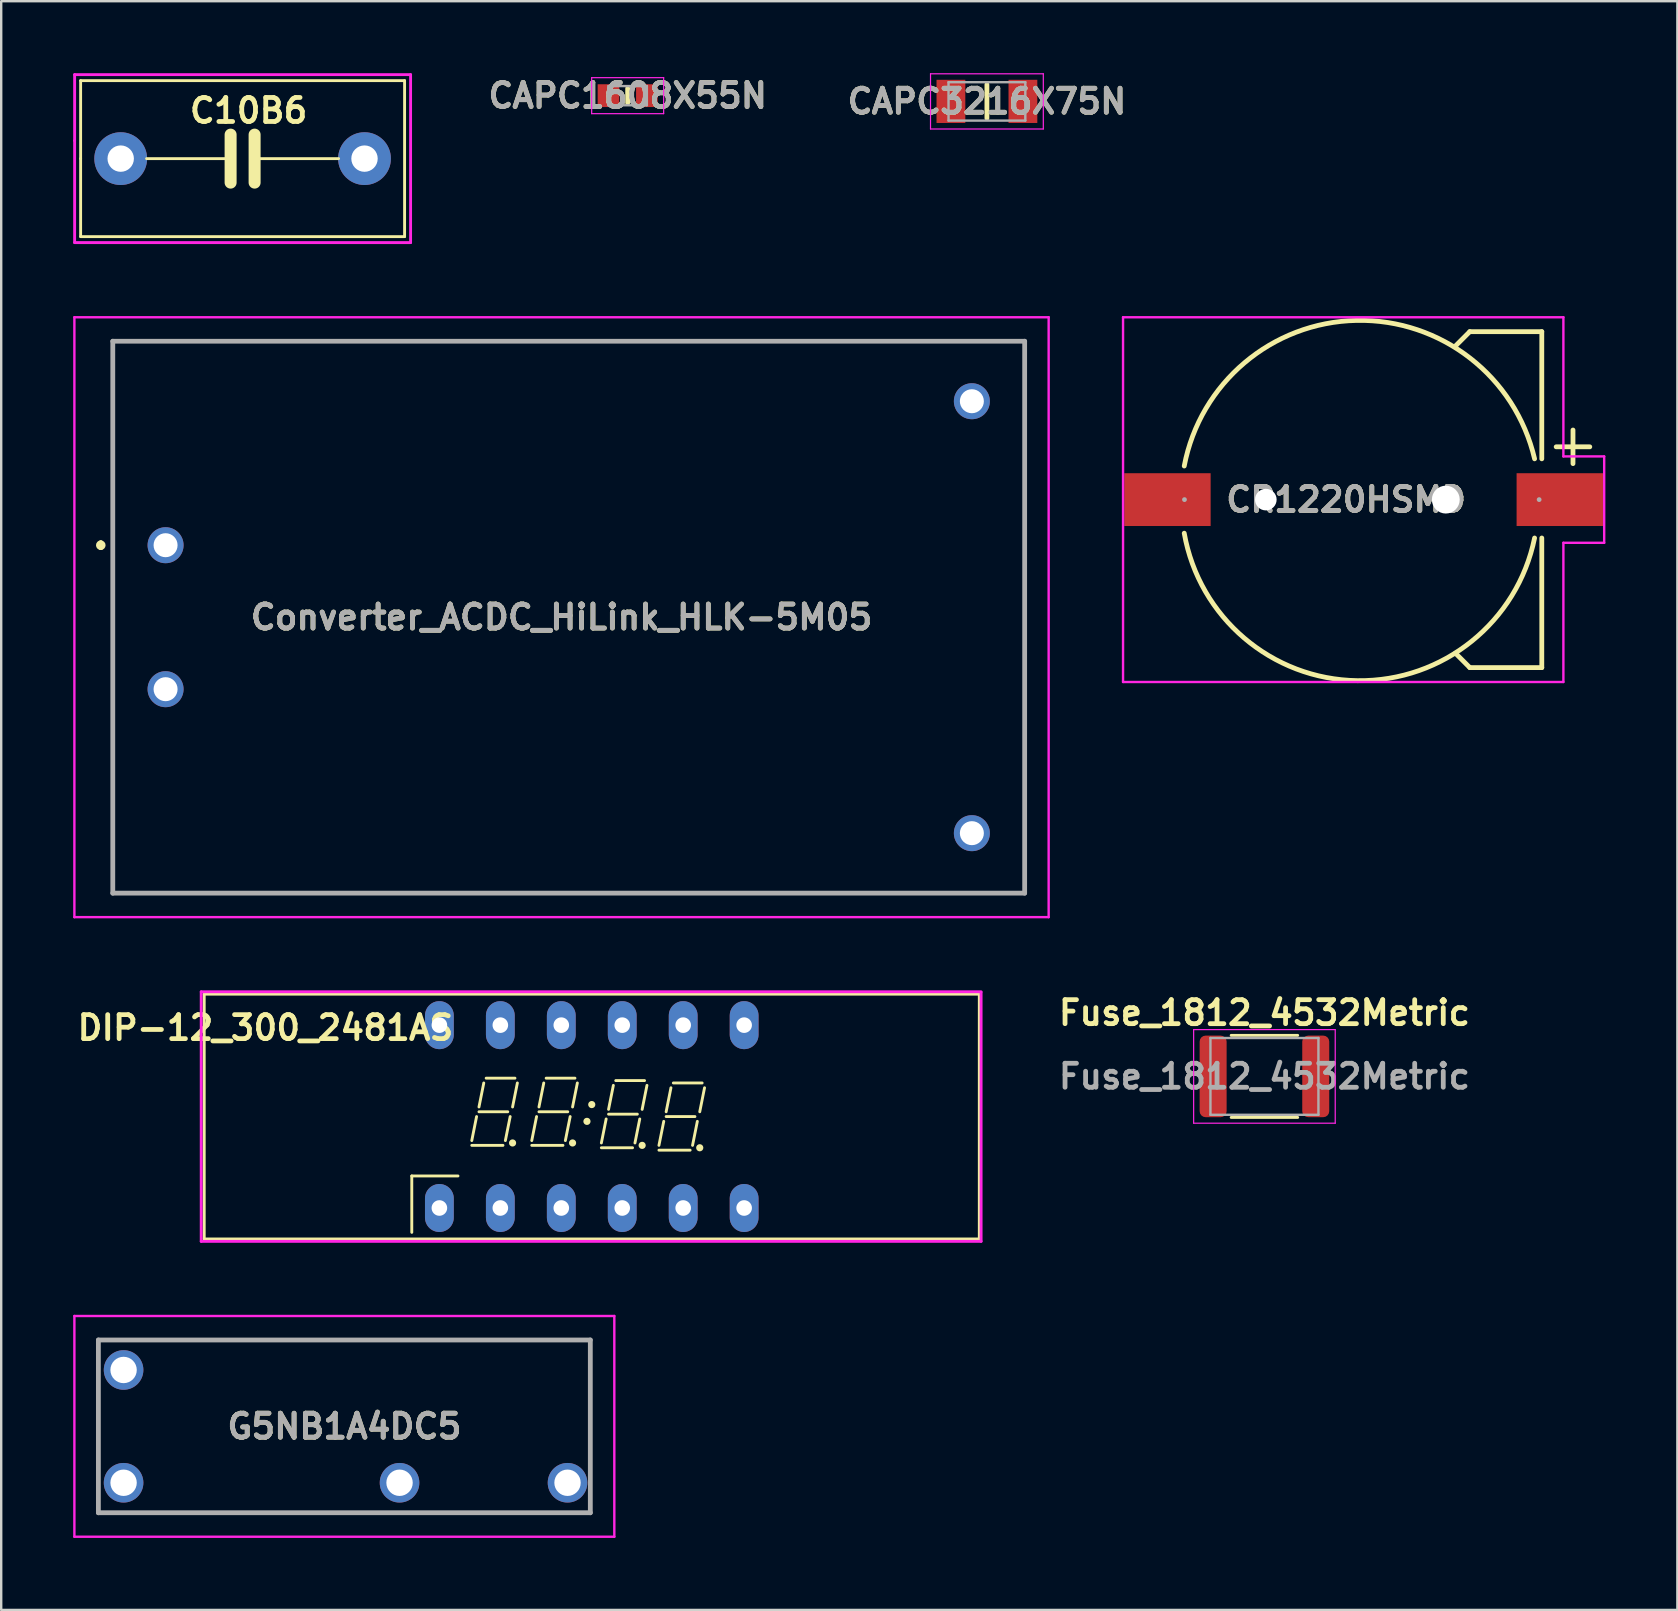
<source format=kicad_pcb>
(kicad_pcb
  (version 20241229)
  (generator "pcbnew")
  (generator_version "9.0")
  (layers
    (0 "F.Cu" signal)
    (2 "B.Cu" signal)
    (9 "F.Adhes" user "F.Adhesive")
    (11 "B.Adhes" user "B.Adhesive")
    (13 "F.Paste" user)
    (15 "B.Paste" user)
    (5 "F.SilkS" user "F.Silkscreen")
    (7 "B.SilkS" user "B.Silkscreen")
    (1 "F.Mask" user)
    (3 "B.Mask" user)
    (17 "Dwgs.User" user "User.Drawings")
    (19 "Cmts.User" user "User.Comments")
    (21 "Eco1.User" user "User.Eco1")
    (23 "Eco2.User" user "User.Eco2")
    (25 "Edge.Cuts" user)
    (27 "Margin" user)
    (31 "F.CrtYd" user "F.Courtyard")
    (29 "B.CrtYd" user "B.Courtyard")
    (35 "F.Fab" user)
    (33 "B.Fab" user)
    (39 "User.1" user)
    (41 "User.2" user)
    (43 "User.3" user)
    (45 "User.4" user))
  (footprint "C10B6"
    (layer "F.Cu")
    (at 7.06 3.56)
    (property "Reference" "C10B6" (at 0.25 -2 0) (layer "F.SilkS") (effects (font (size 1 1) (thickness 0.2))))
    (attr through_hole)
    (fp_line (start -6.75 -3.25) (end -6.75 0) (stroke (width 0.12) (type solid)) (layer "F.SilkS"))
    (fp_line (start -6.75 0) (end -6.75 3.25) (stroke (width 0.12) (type solid)) (layer "F.SilkS"))
    (fp_line (start -6.75 3.25) (end 6.75 3.25) (stroke (width 0.12) (type solid)) (layer "F.SilkS"))
    (fp_line (start -4 0) (end -0.5 0) (stroke (width 0.12) (type solid)) (layer "F.SilkS"))
    (fp_line (start -0.5 -1) (end -0.5 1) (stroke (width 0.5) (type solid)) (layer "F.SilkS"))
    (fp_line (start 0.5 -1) (end 0.5 1) (stroke (width 0.5) (type solid)) (layer "F.SilkS"))
    (fp_line (start 0.5 0) (end 4 0) (stroke (width 0.12) (type solid)) (layer "F.SilkS"))
    (fp_line (start 6.75 -3.25) (end -6.75 -3.25) (stroke (width 0.12) (type solid)) (layer "F.SilkS"))
    (fp_line (start 6.75 3.25) (end 6.75 -3.25) (stroke (width 0.12) (type solid)) (layer "F.SilkS"))
    (fp_line (start -7 -3.5) (end -7 -0.75) (stroke (width 0.12) (type solid)) (layer "F.CrtYd"))
    (fp_line (start -7 -0.75) (end -7 3.5) (stroke (width 0.12) (type solid)) (layer "F.CrtYd"))
    (fp_line (start -7 3.5) (end 7 3.5) (stroke (width 0.12) (type solid)) (layer "F.CrtYd"))
    (fp_line (start 7 -3.5) (end -7 -3.5) (stroke (width 0.12) (type solid)) (layer "F.CrtYd"))
    (fp_line (start 7 3.5) (end 7 -3.5) (stroke (width 0.12) (type solid)) (layer "F.CrtYd"))
    (pad "1" thru_hole circle (at -5.08 0) (size 2.2 2.2) (drill 1.1) (layers "*.Cu" "*.Mask"))
    (pad "2" thru_hole circle (at 5.08 0) (size 2.2 2.2) (drill 1.1) (layers "*.Cu" "*.Mask")))
  (footprint "DIP-12_300_2481AS"
    (layer "F.Cu")
    (at 21.61 43.48)
    (property "Reference" "DIP-12_300_2481AS" (at -13.6 -3.7 0) (layer "F.SilkS") (effects (font (size 1 1) (thickness 0.2))))
    (attr through_hole)
    (fp_line (start -16.15 -5.1) (end 16.15 -5.1) (stroke (width 0.12) (type solid)) (layer "F.SilkS"))
    (fp_line (start -16.15 5.1) (end -16.15 -5.1) (stroke (width 0.12) (type solid)) (layer "F.SilkS"))
    (fp_line (start -7.5 2.475) (end -7.5 4.825) (stroke (width 0.12) (type solid)) (layer "F.SilkS"))
    (fp_line (start -7.5 2.475) (end -5.575 2.475) (stroke (width 0.12) (type solid)) (layer "F.SilkS"))
    (fp_line (start -5 1.2) (end -3.7 1.2) (stroke (width 0.12) (type solid)) (layer "F.SilkS"))
    (fp_line (start -4.8 0) (end -5 1) (stroke (width 0.12) (type solid)) (layer "F.SilkS"))
    (fp_line (start -4.7 -0.2) (end -3.5 -0.2) (stroke (width 0.12) (type solid)) (layer "F.SilkS"))
    (fp_line (start -4.5 -1.4) (end -4.7 -0.4) (stroke (width 0.12) (type solid)) (layer "F.SilkS"))
    (fp_line (start -4.4 -1.6) (end -3.2 -1.6) (stroke (width 0.12) (type solid)) (layer "F.SilkS"))
    (fp_line (start -3.4 0) (end -3.6 1) (stroke (width 0.12) (type solid)) (layer "F.SilkS"))
    (fp_line (start -3.3 1.1) (end -3.3 1.1) (stroke (width 0.3) (type solid)) (layer "F.SilkS"))
    (fp_line (start -3.1 -1.4) (end -3.3 -0.4) (stroke (width 0.12) (type solid)) (layer "F.SilkS"))
    (fp_line (start -2.5 1.2) (end -1.2 1.2) (stroke (width 0.12) (type solid)) (layer "F.SilkS"))
    (fp_line (start -2.3 0) (end -2.5 1) (stroke (width 0.12) (type solid)) (layer "F.SilkS"))
    (fp_line (start -2.2 -0.2) (end -1 -0.2) (stroke (width 0.12) (type solid)) (layer "F.SilkS"))
    (fp_line (start -2 -1.4) (end -2.2 -0.4) (stroke (width 0.12) (type solid)) (layer "F.SilkS"))
    (fp_line (start -1.9 -1.6) (end -0.7 -1.6) (stroke (width 0.12) (type solid)) (layer "F.SilkS"))
    (fp_line (start -0.9 0) (end -1.1 1) (stroke (width 0.12) (type solid)) (layer "F.SilkS"))
    (fp_line (start -0.8 1.1) (end -0.8 1.1) (stroke (width 0.3) (type solid)) (layer "F.SilkS"))
    (fp_line (start -0.6 -1.4) (end -0.8 -0.4) (stroke (width 0.12) (type solid)) (layer "F.SilkS"))
    (fp_line (start -0.2 0.2) (end -0.2 0.2) (stroke (width 0.3) (type solid)) (layer "F.SilkS"))
    (fp_line (start 0 -0.5) (end 0 -0.5) (stroke (width 0.3) (type solid)) (layer "F.SilkS"))
    (fp_line (start 0.4 1.3) (end 1.7 1.3) (stroke (width 0.12) (type solid)) (layer "F.SilkS"))
    (fp_line (start 0.6 0.1) (end 0.4 1.1) (stroke (width 0.12) (type solid)) (layer "F.SilkS"))
    (fp_line (start 0.7 -0.1) (end 1.9 -0.1) (stroke (width 0.12) (type solid)) (layer "F.SilkS"))
    (fp_line (start 0.9 -1.3) (end 0.7 -0.3) (stroke (width 0.12) (type solid)) (layer "F.SilkS"))
    (fp_line (start 1 -1.5) (end 2.2 -1.5) (stroke (width 0.12) (type solid)) (layer "F.SilkS"))
    (fp_line (start 2 0.1) (end 1.8 1.1) (stroke (width 0.12) (type solid)) (layer "F.SilkS"))
    (fp_line (start 2.1 1.2) (end 2.1 1.2) (stroke (width 0.3) (type solid)) (layer "F.SilkS"))
    (fp_line (start 2.3 -1.3) (end 2.1 -0.3) (stroke (width 0.12) (type solid)) (layer "F.SilkS"))
    (fp_line (start 2.8 1.4) (end 4.1 1.4) (stroke (width 0.12) (type solid)) (layer "F.SilkS"))
    (fp_line (start 3 0.2) (end 2.8 1.2) (stroke (width 0.12) (type solid)) (layer "F.SilkS"))
    (fp_line (start 3.1 0) (end 4.3 0) (stroke (width 0.12) (type solid)) (layer "F.SilkS"))
    (fp_line (start 3.3 -1.2) (end 3.1 -0.2) (stroke (width 0.12) (type solid)) (layer "F.SilkS"))
    (fp_line (start 3.4 -1.4) (end 4.6 -1.4) (stroke (width 0.12) (type solid)) (layer "F.SilkS"))
    (fp_line (start 4.4 0.2) (end 4.2 1.2) (stroke (width 0.12) (type solid)) (layer "F.SilkS"))
    (fp_line (start 4.5 1.3) (end 4.5 1.3) (stroke (width 0.3) (type solid)) (layer "F.SilkS"))
    (fp_line (start 4.7 -1.2) (end 4.5 -0.2) (stroke (width 0.12) (type solid)) (layer "F.SilkS"))
    (fp_line (start 16.15 -5.1) (end 16.15 5.1) (stroke (width 0.12) (type solid)) (layer "F.SilkS"))
    (fp_line (start 16.15 5.1) (end -16.15 5.1) (stroke (width 0.12) (type solid)) (layer "F.SilkS"))
    (fp_line (start -16.275 -5.2) (end 16.225 -5.2) (stroke (width 0.12) (type solid)) (layer "F.CrtYd"))
    (fp_line (start -16.275 5.2) (end -16.275 -5.2) (stroke (width 0.12) (type solid)) (layer "F.CrtYd"))
    (fp_line (start 16.225 -5.175) (end 16.225 5.2) (stroke (width 0.12) (type solid)) (layer "F.CrtYd"))
    (fp_line (start 16.225 5.2) (end -16.275 5.2) (stroke (width 0.12) (type solid)) (layer "F.CrtYd"))
    (pad "1" thru_hole oval (at -6.35 3.81) (size 1.2 2) (drill 0.65) (layers "*.Cu" "*.Mask"))
    (pad "2" thru_hole oval (at -3.81 3.81) (size 1.2 2) (drill 0.65) (layers "*.Cu" "*.Mask"))
    (pad "3" thru_hole oval (at -1.27 3.81) (size 1.2 2) (drill 0.65) (layers "*.Cu" "*.Mask"))
    (pad "4" thru_hole oval (at 1.27 3.81) (size 1.2 2) (drill 0.65) (layers "*.Cu" "*.Mask"))
    (pad "5" thru_hole oval (at 3.81 3.81) (size 1.2 2) (drill 0.65) (layers "*.Cu" "*.Mask"))
    (pad "6" thru_hole oval (at 6.35 3.81) (size 1.2 2) (drill 0.65) (layers "*.Cu" "*.Mask"))
    (pad "7" thru_hole oval (at 6.35 -3.81) (size 1.2 2) (drill 0.65) (layers "*.Cu" "*.Mask"))
    (pad "8" thru_hole oval (at 3.81 -3.81) (size 1.2 2) (drill 0.65) (layers "*.Cu" "*.Mask"))
    (pad "9" thru_hole oval (at 1.27 -3.81) (size 1.2 2) (drill 0.65) (layers "*.Cu" "*.Mask"))
    (pad "10" thru_hole oval (at -1.27 -3.81) (size 1.2 2) (drill 0.65) (layers "*.Cu" "*.Mask"))
    (pad "11" thru_hole oval (at -3.81 -3.81) (size 1.2 2) (drill 0.65) (layers "*.Cu" "*.Mask"))
    (pad "12" thru_hole oval (at -6.35 -3.81) (size 1.2 2) (drill 0.65) (layers "*.Cu" "*.Mask")))
  (footprint "CAPC1608X55N"
    (layer "F.Cu")
    (at 23.106 0.936)
    (property "Reference" "CAPC1608X55N" (at 0 0 0) (layer "F.SilkS") (effects (font (size 1 1) (thickness 0.2))))
    (attr smd)
    (fp_line (start 0 -0.3) (end 0 0.3) (stroke (width 0.2) (type solid)) (layer "F.SilkS"))
    (fp_line (start -1.5 -0.75) (end 1.5 -0.75) (stroke (width 0.05) (type solid)) (layer "F.CrtYd"))
    (fp_line (start -1.5 0.75) (end -1.5 -0.75) (stroke (width 0.05) (type solid)) (layer "F.CrtYd"))
    (fp_line (start 1.5 -0.75) (end 1.5 0.75) (stroke (width 0.05) (type solid)) (layer "F.CrtYd"))
    (fp_line (start 1.5 0.75) (end -1.5 0.75) (stroke (width 0.05) (type solid)) (layer "F.CrtYd"))
    (fp_line (start -0.8 -0.4) (end 0.8 -0.4) (stroke (width 0.1) (type solid)) (layer "F.Fab"))
    (fp_line (start -0.8 0.4) (end -0.8 -0.4) (stroke (width 0.1) (type solid)) (layer "F.Fab"))
    (fp_line (start 0.8 -0.4) (end 0.8 0.4) (stroke (width 0.1) (type solid)) (layer "F.Fab"))
    (fp_line (start 0.8 0.4) (end -0.8 0.4) (stroke (width 0.1) (type solid)) (layer "F.Fab"))
    (fp_text user "${REFERENCE}" (at 0 0 0) (layer "F.Fab") (effects (font (size 1 1) (thickness 0.2))))
    (pad "1" smd rect (at -0.8 0) (size 0.9 0.95) (layers "F.Cu" "F.Mask" "F.Paste"))
    (pad "2" smd rect (at 0.8 0) (size 0.9 0.95) (layers "F.Cu" "F.Mask" "F.Paste")))
  (footprint "Fuse_1812_4532Metric"
    (layer "F.Cu")
    (at 49.642 41.806)
    (property "Reference" "Fuse_1812_4532Metric" (at 0 -2.65 0) (layer "F.SilkS") (effects (font (size 1 1) (thickness 0.2))))
    (attr smd)
    (fp_line (start -1.386 -1.71) (end 1.386 -1.71) (stroke (width 0.12) (type solid)) (layer "F.SilkS"))
    (fp_line (start -1.386 1.71) (end 1.386 1.71) (stroke (width 0.12) (type solid)) (layer "F.SilkS"))
    (fp_line (start -2.95 -1.95) (end 2.95 -1.95) (stroke (width 0.05) (type solid)) (layer "F.CrtYd"))
    (fp_line (start -2.95 1.95) (end -2.95 -1.95) (stroke (width 0.05) (type solid)) (layer "F.CrtYd"))
    (fp_line (start 2.95 -1.95) (end 2.95 1.95) (stroke (width 0.05) (type solid)) (layer "F.CrtYd"))
    (fp_line (start 2.95 1.95) (end -2.95 1.95) (stroke (width 0.05) (type solid)) (layer "F.CrtYd"))
    (fp_line (start -2.25 -1.6) (end 2.25 -1.6) (stroke (width 0.1) (type solid)) (layer "F.Fab"))
    (fp_line (start -2.25 1.6) (end -2.25 -1.6) (stroke (width 0.1) (type solid)) (layer "F.Fab"))
    (fp_line (start 2.25 -1.6) (end 2.25 1.6) (stroke (width 0.1) (type solid)) (layer "F.Fab"))
    (fp_line (start 2.25 1.6) (end -2.25 1.6) (stroke (width 0.1) (type solid)) (layer "F.Fab"))
    (fp_text user "${REFERENCE}" (at 0 0 0) (layer "F.Fab") (effects (font (size 1 1) (thickness 0.2))))
    (pad "1" smd roundrect (at -2.138 0) (size 1.125 3.4) (layers "F.Cu" "F.Mask" "F.Paste") (roundrect_rratio 0.222))
    (pad "2" smd roundrect (at 2.138 0) (size 1.125 3.4) (layers "F.Cu" "F.Mask" "F.Paste") (roundrect_rratio 0.222)))
  (footprint "G5NB1A4DC5"
    (layer "F.Cu")
    (at 11.3 56.39)
    (property "Reference" "G5NB1A4DC5" (at 0 0 0) (layer "F.SilkS") (effects (font (size 1 1) (thickness 0.2))))
    (attr through_hole)
    (fp_line (start -10.25 -3.6) (end 10.25 -3.6) (stroke (width 0.1) (type solid)) (layer "F.SilkS"))
    (fp_line (start -10.25 3.6) (end -10.25 -3.6) (stroke (width 0.1) (type solid)) (layer "F.SilkS"))
    (fp_line (start 10.25 -3.6) (end 10.25 3.6) (stroke (width 0.1) (type solid)) (layer "F.SilkS"))
    (fp_line (start 10.25 3.6) (end -10.25 3.6) (stroke (width 0.1) (type solid)) (layer "F.SilkS"))
    (fp_line (start -11.25 -4.6) (end 11.25 -4.6) (stroke (width 0.1) (type solid)) (layer "F.CrtYd"))
    (fp_line (start -11.25 4.6) (end -11.25 -4.6) (stroke (width 0.1) (type solid)) (layer "F.CrtYd"))
    (fp_line (start 11.25 -4.6) (end 11.25 4.6) (stroke (width 0.1) (type solid)) (layer "F.CrtYd"))
    (fp_line (start 11.25 4.6) (end -11.25 4.6) (stroke (width 0.1) (type solid)) (layer "F.CrtYd"))
    (fp_line (start -10.25 -3.6) (end 10.25 -3.6) (stroke (width 0.2) (type solid)) (layer "F.Fab"))
    (fp_line (start -10.25 3.6) (end -10.25 -3.6) (stroke (width 0.2) (type solid)) (layer "F.Fab"))
    (fp_line (start 10.25 -3.6) (end 10.25 3.6) (stroke (width 0.2) (type solid)) (layer "F.Fab"))
    (fp_line (start 10.25 3.6) (end -10.25 3.6) (stroke (width 0.2) (type solid)) (layer "F.Fab"))
    (fp_text user "${REFERENCE}" (at 0 0 0) (layer "F.Fab") (effects (font (size 1 1) (thickness 0.2))))
    (pad "1" thru_hole circle (at -9.2 2.35) (size 1.65 1.65) (drill 1.1) (layers "*.Cu" "*.Mask"))
    (pad "2" thru_hole circle (at 2.3 2.35) (size 1.65 1.65) (drill 1.1) (layers "*.Cu" "*.Mask"))
    (pad "3" thru_hole circle (at 9.3 2.35) (size 1.65 1.65) (drill 1.1) (layers "*.Cu" "*.Mask"))
    (pad "4" thru_hole circle (at -9.2 -2.35) (size 1.65 1.65) (drill 1.1) (layers "*.Cu" "*.Mask")))
  (footprint "CR1220HSMD"
    (layer "F.Cu")
    (at 53.7 17.77)
    (property "Reference" "CR1220HSMD" (at -0.655 0 0) (layer "F.SilkS") (effects (font (size 1 1) (thickness 0.2))))
    (attr smd)
    (fp_line (start 3.9 6.4) (end 4.5 7) (stroke (width 0.2) (type solid)) (layer "F.SilkS"))
    (fp_line (start 4.5 -7) (end 3.9 -6.4) (stroke (width 0.2) (type solid)) (layer "F.SilkS"))
    (fp_line (start 7.5 -7) (end 4.5 -7) (stroke (width 0.2) (type solid)) (layer "F.SilkS"))
    (fp_line (start 7.5 -1.7) (end 7.5 -7) (stroke (width 0.2) (type solid)) (layer "F.SilkS"))
    (fp_line (start 7.5 7) (end 4.5 7) (stroke (width 0.2) (type solid)) (layer "F.SilkS"))
    (fp_line (start 7.5 7) (end 7.5 1.6) (stroke (width 0.2) (type solid)) (layer "F.SilkS"))
    (fp_line (start 8.8 -1.5) (end 8.8 -2.9) (stroke (width 0.2) (type solid)) (layer "F.SilkS"))
    (fp_line (start 9.5 -2.2) (end 8.1 -2.2) (stroke (width 0.2) (type solid)) (layer "F.SilkS"))
    (fp_arc (start -7.4 -1.4) (mid -0.221566 -7.466256) (end 7.2 -1.7) (stroke (width 0.2) (type solid)) (layer "F.SilkS"))
    (fp_arc (start 7.2 1.6) (mid -0.182792 7.543878) (end -7.4 1.4) (stroke (width 0.2) (type solid)) (layer "F.SilkS"))
    (fp_line (start -9.95 -7.6) (end -9.95 7.6) (stroke (width 0.1) (type solid)) (layer "F.CrtYd"))
    (fp_line (start -9.95 -7.6) (end 8.4 -7.6) (stroke (width 0.1) (type solid)) (layer "F.CrtYd"))
    (fp_line (start 8.4 -7.6) (end 8.4 -1.8) (stroke (width 0.1) (type solid)) (layer "F.CrtYd"))
    (fp_line (start 8.4 -1.8) (end 10.1 -1.8) (stroke (width 0.1) (type solid)) (layer "F.CrtYd"))
    (fp_line (start 8.4 1.8) (end 8.4 7.6) (stroke (width 0.1) (type solid)) (layer "F.CrtYd"))
    (fp_line (start 8.4 1.8) (end 10.1 1.8) (stroke (width 0.1) (type solid)) (layer "F.CrtYd"))
    (fp_line (start 8.4 7.6) (end -9.95 7.6) (stroke (width 0.1) (type solid)) (layer "F.CrtYd"))
    (fp_line (start 10.1 -1.8) (end 10.1 1.8) (stroke (width 0.1) (type solid)) (layer "F.CrtYd"))
    (fp_line (start -7.39 0) (end -7.39 0) (stroke (width 0.2) (type solid)) (layer "F.Fab"))
    (fp_line (start 7.39 0) (end 7.39 0) (stroke (width 0.2) (type solid)) (layer "F.Fab"))
    (fp_text user "${REFERENCE}" (at -0.655 0 0) (layer "F.Fab") (effects (font (size 1 1) (thickness 0.2))))
    (pad "" np_thru_hole circle (at -4 0) (size 0.9 0.9) (drill 0.9) (layers "*.Cu" "*.Mask"))
    (pad "" np_thru_hole circle (at 3.5 0) (size 1.16 1.16) (drill 1.16) (layers "*.Cu" "*.Mask"))
    (pad "1" smd rect (at 8.25 0 90) (size 2.2 3.6) (layers "F.Cu" "F.Mask" "F.Paste"))
    (pad "2" smd rect (at -8.1 0 90) (size 2.2 3.6) (layers "F.Cu" "F.Mask" "F.Paste")))
  (footprint "CAPC3216X75N"
    (layer "F.Cu")
    (at 38.077 1.175)
    (property "Reference" "CAPC3216X75N" (at 0 0 0) (layer "F.SilkS") (effects (font (size 1 1) (thickness 0.2))))
    (attr smd)
    (fp_line (start 0 -0.7) (end 0 0.7) (stroke (width 0.2) (type solid)) (layer "F.SilkS"))
    (fp_line (start -2.35 -1.15) (end 2.35 -1.15) (stroke (width 0.05) (type solid)) (layer "F.CrtYd"))
    (fp_line (start -2.35 1.15) (end -2.35 -1.15) (stroke (width 0.05) (type solid)) (layer "F.CrtYd"))
    (fp_line (start 2.35 -1.15) (end 2.35 1.15) (stroke (width 0.05) (type solid)) (layer "F.CrtYd"))
    (fp_line (start 2.35 1.15) (end -2.35 1.15) (stroke (width 0.05) (type solid)) (layer "F.CrtYd"))
    (fp_line (start -1.6 -0.8) (end 1.6 -0.8) (stroke (width 0.1) (type solid)) (layer "F.Fab"))
    (fp_line (start -1.6 0.8) (end -1.6 -0.8) (stroke (width 0.1) (type solid)) (layer "F.Fab"))
    (fp_line (start 1.6 -0.8) (end 1.6 0.8) (stroke (width 0.1) (type solid)) (layer "F.Fab"))
    (fp_line (start 1.6 0.8) (end -1.6 0.8) (stroke (width 0.1) (type solid)) (layer "F.Fab"))
    (fp_text user "${REFERENCE}" (at 0 0 0) (layer "F.Fab") (effects (font (size 1 1) (thickness 0.2))))
    (pad "1" smd rect (at -1.5 0) (size 1.2 1.8) (layers "F.Cu" "F.Mask" "F.Paste"))
    (pad "2" smd rect (at 1.5 0) (size 1.2 1.8) (layers "F.Cu" "F.Mask" "F.Paste")))
  (footprint "Converter_ACDC_HiLink_HLK-5M05"
    (layer "F.Cu")
    (at 20.65 22.67)
    (property "Reference" "Converter_ACDC_HiLink_HLK-5M05" (at -0.3 0 0) (layer "F.SilkS") (effects (font (size 1 1) (thickness 0.2))))
    (attr through_hole)
    (fp_line (start -19.5 -3.1) (end -19.5 -3.1) (stroke (width 0.2) (type solid)) (layer "F.SilkS"))
    (fp_line (start -19.5 -2.9) (end -19.5 -2.9) (stroke (width 0.2) (type solid)) (layer "F.SilkS"))
    (fp_line (start -19 -11.5) (end 19 -11.5) (stroke (width 0.1) (type solid)) (layer "F.SilkS"))
    (fp_line (start -19 11.5) (end -19 -11.5) (stroke (width 0.1) (type solid)) (layer "F.SilkS"))
    (fp_line (start 19 -11.5) (end 19 11.5) (stroke (width 0.1) (type solid)) (layer "F.SilkS"))
    (fp_line (start 19 11.5) (end -19 11.5) (stroke (width 0.1) (type solid)) (layer "F.SilkS"))
    (fp_arc (start -19.5 -3.1) (mid -19.4 -3) (end -19.5 -2.9) (stroke (width 0.2) (type solid)) (layer "F.SilkS"))
    (fp_arc (start -19.5 -2.9) (mid -19.6 -3) (end -19.5 -3.1) (stroke (width 0.2) (type solid)) (layer "F.SilkS"))
    (fp_line (start -20.6 -12.5) (end 20 -12.5) (stroke (width 0.1) (type solid)) (layer "F.CrtYd"))
    (fp_line (start -20.6 12.5) (end -20.6 -12.5) (stroke (width 0.1) (type solid)) (layer "F.CrtYd"))
    (fp_line (start 20 -12.5) (end 20 12.5) (stroke (width 0.1) (type solid)) (layer "F.CrtYd"))
    (fp_line (start 20 12.5) (end -20.6 12.5) (stroke (width 0.1) (type solid)) (layer "F.CrtYd"))
    (fp_line (start -19 -11.5) (end 19 -11.5) (stroke (width 0.2) (type solid)) (layer "F.Fab"))
    (fp_line (start -19 11.5) (end -19 -11.5) (stroke (width 0.2) (type solid)) (layer "F.Fab"))
    (fp_line (start 19 -11.5) (end 19 11.5) (stroke (width 0.2) (type solid)) (layer "F.Fab"))
    (fp_line (start 19 11.5) (end -19 11.5) (stroke (width 0.2) (type solid)) (layer "F.Fab"))
    (fp_text user "${REFERENCE}" (at -0.3 0 0) (layer "F.Fab") (effects (font (size 1 1) (thickness 0.2))))
    (pad "1" thru_hole circle (at -16.8 -3) (size 1.5 1.5) (drill 1) (layers "*.Cu" "*.Mask"))
    (pad "2" thru_hole circle (at -16.8 3) (size 1.5 1.5) (drill 1) (layers "*.Cu" "*.Mask"))
    (pad "3" thru_hole circle (at 16.8 -9) (size 1.5 1.5) (drill 1) (layers "*.Cu" "*.Mask"))
    (pad "4" thru_hole circle (at 16.8 9) (size 1.5 1.5) (drill 1) (layers "*.Cu" "*.Mask")))
  (gr_rect
    (start -3 -3)
    (end 66.85 64.04)
    (stroke (width 0.1) (type default))
    (fill no)
    (layer "Edge.Cuts")))
</source>
